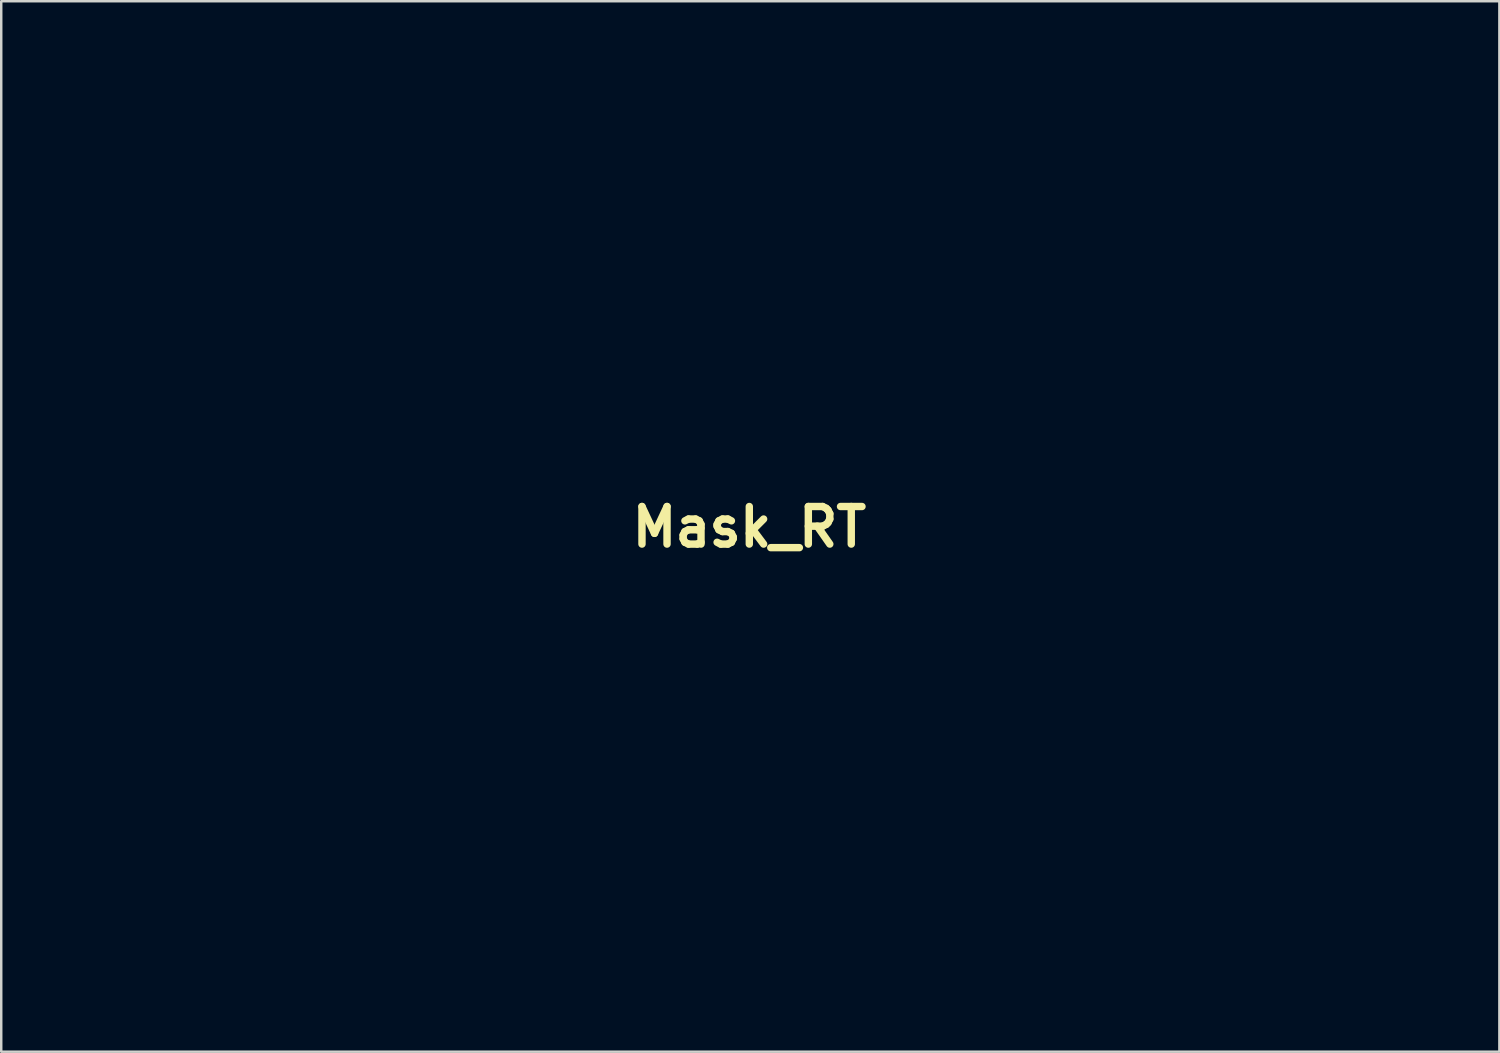
<source format=kicad_pcb>
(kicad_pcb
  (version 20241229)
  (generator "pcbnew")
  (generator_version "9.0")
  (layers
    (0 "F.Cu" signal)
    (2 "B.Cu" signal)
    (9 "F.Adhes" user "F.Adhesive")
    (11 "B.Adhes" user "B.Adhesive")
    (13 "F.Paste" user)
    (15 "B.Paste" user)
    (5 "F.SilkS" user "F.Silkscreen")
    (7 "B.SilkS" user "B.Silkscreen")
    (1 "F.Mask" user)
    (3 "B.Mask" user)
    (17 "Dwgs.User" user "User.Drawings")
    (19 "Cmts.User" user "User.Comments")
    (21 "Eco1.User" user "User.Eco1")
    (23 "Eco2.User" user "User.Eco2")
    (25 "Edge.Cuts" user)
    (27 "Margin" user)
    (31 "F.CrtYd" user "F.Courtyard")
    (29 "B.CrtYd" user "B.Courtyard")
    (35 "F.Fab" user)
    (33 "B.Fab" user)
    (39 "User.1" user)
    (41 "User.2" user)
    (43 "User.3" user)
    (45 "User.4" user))
  (footprint "Mask_RT"
    (layer "F.Cu")
    (at 27.351 18.335)
    (property "Reference" "Mask_RT" (at 0 0 0) (layer "F.SilkS") (effects (font (size 1.524 1.524) (thickness 0.3))))
    (attr through_hole)
    (fp_poly (pts (xy -9.009 -18.33) (xy -8.3 -18.33) (xy -7.666 -18.33) (xy -7.105 -18.329) (xy -6.611 -18.329) (xy -6.181 -18.328) (xy -5.809 -18.326) (xy -5.492 -18.324) (xy -5.226 -18.321) (xy -5.006 -18.318) (xy -4.828 -18.315) (xy -4.687 -18.31) (xy -4.58 -18.305) (xy -4.502 -18.299) (xy -4.449 -18.292) (xy -4.416 -18.283) (xy -4.4 -18.274) (xy -4.395 -18.264) (xy -4.399 -18.253) (xy -4.4 -18.25) (xy -4.416 -18.184) (xy -4.385 -18.105) (xy -4.317 -18.012) (xy -4.242 -17.908) (xy -4.197 -17.825) (xy -4.191 -17.802) (xy -4.199 -17.744) (xy -4.221 -17.62) (xy -4.255 -17.444) (xy -4.296 -17.233) (xy -4.318 -17.124) (xy -4.362 -16.905) (xy -4.4 -16.717) (xy -4.428 -16.576) (xy -4.443 -16.495) (xy -4.445 -16.482) (xy -4.407 -16.474) (xy -4.311 -16.468) (xy -4.249 -16.468) (xy -4.052 -16.468) (xy -4.081 -16.227) (xy -4.145 -15.959) (xy -4.272 -15.741) (xy -4.379 -15.631) (xy -4.442 -15.563) (xy -4.475 -15.483) (xy -4.486 -15.359) (xy -4.487 -15.293) (xy -4.481 -15.15) (xy -4.466 -15.039) (xy -4.451 -14.995) (xy -4.407 -14.968) (xy -4.307 -14.954) (xy -4.142 -14.95) (xy -3.998 -14.953) (xy -3.578 -14.965) (xy -3.562 -15.056) (xy -2.873 -15.056) (xy -2.847 -14.952) (xy -2.796 -14.894) (xy -2.7 -14.83) (xy -2.62 -14.825) (xy -2.537 -14.86) (xy -2.468 -14.938) (xy -2.455 -15.048) (xy -2.495 -15.158) (xy -2.558 -15.221) (xy -2.671 -15.257) (xy -2.771 -15.228) (xy -2.843 -15.154) (xy -2.873 -15.056) (xy -3.562 -15.056) (xy -3.552 -15.113) (xy -3.468 -15.387) (xy -3.326 -15.616) (xy -3.137 -15.789) (xy -3.011 -15.857) (xy -2.846 -15.9) (xy -2.651 -15.909) (xy -2.45 -15.889) (xy -2.266 -15.844) (xy -2.124 -15.776) (xy -2.056 -15.71) (xy -1.999 -15.687) (xy -1.866 -15.672) (xy -1.664 -15.664) (xy -1.562 -15.663) (xy -1.29 -15.656) (xy -1.086 -15.636) (xy -0.962 -15.605) (xy -0.894 -15.559) (xy -0.78 -15.464) (xy -0.633 -15.331) (xy -0.464 -15.173) (xy -0.285 -15.001) (xy -0.109 -14.827) (xy 0.051 -14.664) (xy 0.184 -14.523) (xy 0.278 -14.415) (xy 0.312 -14.368) (xy 0.332 -14.297) (xy 0.35 -14.16) (xy 0.367 -13.975) (xy 0.379 -13.762) (xy 0.381 -13.72) (xy 0.39 -13.489) (xy 0.4 -13.326) (xy 0.419 -13.217) (xy 0.453 -13.148) (xy 0.507 -13.102) (xy 0.59 -13.065) (xy 0.677 -13.033) (xy 0.799 -12.97) (xy 0.935 -12.875) (xy 0.986 -12.832) (xy 1.157 -12.628) (xy 1.253 -12.401) (xy 1.276 -12.164) (xy 1.231 -11.929) (xy 1.118 -11.709) (xy 0.94 -11.516) (xy 0.706 -11.367) (xy 0.606 -11.315) (xy 0.552 -11.263) (xy 0.527 -11.184) (xy 0.517 -11.05) (xy 0.517 -11.041) (xy 0.514 -10.897) (xy 0.532 -10.8) (xy 0.586 -10.713) (xy 0.659 -10.628) (xy 0.814 -10.456) (xy 4.336 -10.456) (xy 4.747 -10.864) (xy 9.53 -10.864) (xy 9.589 -10.759) (xy 9.619 -10.734) (xy 9.732 -10.676) (xy 9.821 -10.687) (xy 9.882 -10.735) (xy 9.943 -10.847) (xy 9.931 -10.968) (xy 9.85 -11.069) (xy 9.842 -11.074) (xy 9.76 -11.119) (xy 9.694 -11.112) (xy 9.631 -11.074) (xy 9.545 -10.977) (xy 9.53 -10.864) (xy 4.747 -10.864) (xy 5.608 -11.716) (xy 6.879 -12.975) (xy 6.865 -13.257) (xy 6.87 -13.361) (xy 7.541 -13.361) (xy 7.599 -13.256) (xy 7.629 -13.232) (xy 7.707 -13.183) (xy 7.747 -13.166) (xy 7.795 -13.187) (xy 7.865 -13.232) (xy 7.944 -13.329) (xy 7.946 -13.361) (xy 9.53 -13.361) (xy 9.589 -13.256) (xy 9.619 -13.232) (xy 9.719 -13.175) (xy 9.795 -13.18) (xy 9.871 -13.236) (xy 9.94 -13.345) (xy 9.933 -13.464) (xy 9.853 -13.564) (xy 9.842 -13.572) (xy 9.76 -13.617) (xy 9.694 -13.609) (xy 9.631 -13.572) (xy 9.545 -13.475) (xy 9.53 -13.361) (xy 7.946 -13.361) (xy 7.95 -13.443) (xy 7.885 -13.547) (xy 7.853 -13.572) (xy 7.77 -13.617) (xy 7.705 -13.609) (xy 7.641 -13.572) (xy 7.555 -13.475) (xy 7.541 -13.361) (xy 6.87 -13.361) (xy 6.879 -13.54) (xy 6.959 -13.778) (xy 7.111 -13.988) (xy 7.187 -14.063) (xy 7.334 -14.173) (xy 7.49 -14.237) (xy 7.679 -14.262) (xy 7.923 -14.252) (xy 7.951 -14.249) (xy 8.234 -14.221) (xy 8.572 -14.564) (xy 8.72 -14.709) (xy 8.858 -14.835) (xy 8.968 -14.928) (xy 9.025 -14.968) (xy 9.049 -14.976) (xy 9.093 -14.983) (xy 9.159 -14.989) (xy 9.252 -14.995) (xy 9.375 -15) (xy 9.533 -15.005) (xy 9.727 -15.009) (xy 9.962 -15.012) (xy 10.242 -15.016) (xy 10.57 -15.018) (xy 10.949 -15.021) (xy 11.384 -15.023) (xy 11.877 -15.024) (xy 12.433 -15.026) (xy 13.054 -15.027) (xy 13.744 -15.027) (xy 14.508 -15.028) (xy 15.348 -15.028) (xy 16.268 -15.028) (xy 16.563 -15.028) (xy 17.54 -15.028) (xy 18.435 -15.029) (xy 19.251 -15.03) (xy 19.992 -15.031) (xy 20.659 -15.032) (xy 21.257 -15.033) (xy 21.787 -15.036) (xy 22.253 -15.038) (xy 22.658 -15.041) (xy 23.004 -15.044) (xy 23.295 -15.048) (xy 23.533 -15.052) (xy 23.721 -15.056) (xy 23.863 -15.062) (xy 23.961 -15.067) (xy 24.018 -15.074) (xy 24.037 -15.079) (xy 24.077 -15.165) (xy 24.085 -15.283) (xy 24.06 -15.385) (xy 24.055 -15.393) (xy 23.998 -15.426) (xy 23.887 -15.458) (xy 23.817 -15.47) (xy 23.631 -15.51) (xy 23.503 -15.573) (xy 23.403 -15.676) (xy 23.362 -15.737) (xy 23.264 -15.845) (xy 23.155 -15.869) (xy 23.033 -15.81) (xy 22.989 -15.772) (xy 22.795 -15.639) (xy 22.548 -15.548) (xy 22.27 -15.5) (xy 21.986 -15.5) (xy 21.717 -15.55) (xy 21.619 -15.585) (xy 21.452 -15.677) (xy 21.264 -15.817) (xy 21.138 -15.93) (xy 20.992 -16.064) (xy 20.888 -16.139) (xy 20.814 -16.163) (xy 20.793 -16.161) (xy 20.704 -16.174) (xy 20.594 -16.258) (xy 20.57 -16.281) (xy 20.488 -16.372) (xy 20.456 -16.441) (xy 20.464 -16.524) (xy 20.482 -16.588) (xy 20.529 -16.847) (xy 20.513 -16.982) (xy 21.243 -16.982) (xy 21.246 -16.732) (xy 21.307 -16.491) (xy 21.428 -16.277) (xy 21.512 -16.184) (xy 21.707 -16.056) (xy 21.945 -15.98) (xy 22.201 -15.962) (xy 22.45 -16.004) (xy 22.545 -16.04) (xy 22.754 -16.179) (xy 22.919 -16.377) (xy 23.028 -16.616) (xy 23.071 -16.878) (xy 23.072 -16.899) (xy 23.071 -16.905) (xy 24.228 -16.905) (xy 24.236 -16.746) (xy 24.304 -16.597) (xy 24.434 -16.477) (xy 24.475 -16.455) (xy 24.601 -16.401) (xy 24.7 -16.389) (xy 24.813 -16.42) (xy 24.869 -16.443) (xy 25.022 -16.544) (xy 25.112 -16.682) (xy 25.145 -16.839) (xy 25.123 -16.997) (xy 25.05 -17.14) (xy 24.93 -17.25) (xy 24.765 -17.308) (xy 24.694 -17.313) (xy 24.511 -17.28) (xy 24.37 -17.19) (xy 24.274 -17.059) (xy 24.228 -16.905) (xy 23.071 -16.905) (xy 23.039 -17.079) (xy 22.953 -17.277) (xy 22.83 -17.463) (xy 22.686 -17.609) (xy 22.66 -17.628) (xy 22.435 -17.735) (xy 22.18 -17.776) (xy 21.918 -17.75) (xy 21.671 -17.658) (xy 21.58 -17.602) (xy 21.411 -17.435) (xy 21.299 -17.223) (xy 21.243 -16.982) (xy 20.513 -16.982) (xy 20.502 -17.085) (xy 20.484 -17.142) (xy 20.46 -17.23) (xy 20.473 -17.298) (xy 20.532 -17.376) (xy 20.577 -17.423) (xy 20.679 -17.51) (xy 20.774 -17.562) (xy 20.806 -17.568) (xy 20.877 -17.598) (xy 20.983 -17.677) (xy 21.106 -17.786) (xy 21.229 -17.908) (xy 21.334 -18.027) (xy 21.403 -18.124) (xy 21.421 -18.173) (xy 21.425 -18.19) (xy 21.444 -18.205) (xy 21.484 -18.216) (xy 21.553 -18.226) (xy 21.657 -18.233) (xy 21.806 -18.238) (xy 22.004 -18.241) (xy 22.261 -18.244) (xy 22.583 -18.245) (xy 22.978 -18.245) (xy 23.273 -18.245) (xy 23.762 -18.244) (xy 24.175 -18.242) (xy 24.52 -18.238) (xy 24.804 -18.232) (xy 25.035 -18.223) (xy 25.222 -18.213) (xy 25.373 -18.199) (xy 25.495 -18.183) (xy 25.506 -18.182) (xy 25.677 -18.154) (xy 25.814 -18.133) (xy 25.898 -18.12) (xy 25.914 -18.119) (xy 25.947 -18.084) (xy 25.997 -17.999) (xy 26.009 -17.975) (xy 26.033 -17.88) (xy 26.053 -17.717) (xy 26.068 -17.501) (xy 26.078 -17.248) (xy 26.083 -16.974) (xy 26.084 -16.694) (xy 26.079 -16.423) (xy 26.07 -16.178) (xy 26.056 -15.972) (xy 26.036 -15.823) (xy 26.016 -15.752) (xy 25.903 -15.608) (xy 25.732 -15.511) (xy 25.542 -15.463) (xy 25.337 -15.429) (xy 25.337 -9.336) (xy 25.548 -9.293) (xy 25.704 -9.258) (xy 25.826 -9.215) (xy 25.919 -9.157) (xy 25.985 -9.071) (xy 26.03 -8.948) (xy 26.057 -8.778) (xy 26.071 -8.551) (xy 26.077 -8.256) (xy 26.077 -8.012) (xy 26.077 -7.13) (xy 26.301 -6.909) (xy 26.426 -6.797) (xy 26.537 -6.719) (xy 26.612 -6.689) (xy 26.613 -6.689) (xy 26.709 -6.673) (xy 26.835 -6.633) (xy 26.866 -6.621) (xy 27.092 -6.487) (xy 27.266 -6.3) (xy 27.379 -6.077) (xy 27.427 -5.833) (xy 27.403 -5.584) (xy 27.352 -5.44) (xy 27.206 -5.215) (xy 27.012 -5.05) (xy 26.787 -4.95) (xy 26.544 -4.915) (xy 26.298 -4.95) (xy 26.064 -5.058) (xy 25.935 -5.158) (xy 25.833 -5.282) (xy 25.741 -5.443) (xy 25.676 -5.607) (xy 25.654 -5.73) (xy 25.632 -5.784) (xy 26.331 -5.784) (xy 26.365 -5.664) (xy 26.461 -5.599) (xy 26.543 -5.588) (xy 26.646 -5.606) (xy 26.704 -5.639) (xy 26.75 -5.733) (xy 26.748 -5.847) (xy 26.704 -5.942) (xy 26.673 -5.968) (xy 26.538 -6.003) (xy 26.423 -5.97) (xy 26.349 -5.878) (xy 26.331 -5.784) (xy 25.632 -5.784) (xy 25.621 -5.81) (xy 25.525 -5.936) (xy 25.37 -6.103) (xy 25.326 -6.147) (xy 24.998 -6.471) (xy 24.342 -6.485) (xy 24.048 -6.494) (xy 23.826 -6.51) (xy 23.662 -6.538) (xy 23.543 -6.58) (xy 23.454 -6.642) (xy 23.383 -6.727) (xy 23.35 -6.779) (xy 23.258 -6.877) (xy 23.146 -6.893) (xy 23.019 -6.827) (xy 22.989 -6.802) (xy 22.796 -6.672) (xy 22.548 -6.577) (xy 22.272 -6.526) (xy 22.134 -6.519) (xy 21.802 -6.561) (xy 21.49 -6.683) (xy 21.204 -6.884) (xy 21.105 -6.98) (xy 20.981 -7.095) (xy 20.873 -7.172) (xy 20.806 -7.197) (xy 20.725 -7.226) (xy 20.622 -7.299) (xy 20.577 -7.342) (xy 20.493 -7.435) (xy 20.461 -7.503) (xy 20.469 -7.578) (xy 20.484 -7.623) (xy 20.529 -7.859) (xy 20.512 -8.003) (xy 21.231 -8.003) (xy 21.24 -7.754) (xy 21.32 -7.505) (xy 21.394 -7.376) (xy 21.574 -7.182) (xy 21.798 -7.051) (xy 22.05 -6.987) (xy 22.314 -6.994) (xy 22.545 -7.065) (xy 22.762 -7.207) (xy 22.925 -7.404) (xy 23.028 -7.641) (xy 23.063 -7.901) (xy 23.05 -7.991) (xy 24.232 -7.991) (xy 24.236 -7.818) (xy 24.3 -7.651) (xy 24.37 -7.561) (xy 24.467 -7.486) (xy 24.583 -7.455) (xy 24.676 -7.452) (xy 24.844 -7.472) (xy 24.961 -7.526) (xy 25.089 -7.671) (xy 25.145 -7.828) (xy 25.139 -7.984) (xy 25.08 -8.128) (xy 24.978 -8.246) (xy 24.842 -8.326) (xy 24.682 -8.356) (xy 24.507 -8.323) (xy 24.399 -8.267) (xy 24.287 -8.149) (xy 24.232 -7.991) (xy 23.05 -7.991) (xy 23.025 -8.169) (xy 23.023 -8.176) (xy 22.91 -8.415) (xy 22.736 -8.602) (xy 22.512 -8.731) (xy 22.248 -8.795) (xy 22.057 -8.797) (xy 21.796 -8.741) (xy 21.577 -8.621) (xy 21.406 -8.449) (xy 21.289 -8.239) (xy 21.231 -8.003) (xy 20.512 -8.003) (xy 20.5 -8.111) (xy 20.482 -8.177) (xy 20.456 -8.282) (xy 20.465 -8.354) (xy 20.518 -8.429) (xy 20.57 -8.484) (xy 20.686 -8.582) (xy 20.778 -8.607) (xy 20.793 -8.604) (xy 20.858 -8.611) (xy 20.949 -8.667) (xy 21.079 -8.778) (xy 21.138 -8.835) (xy 21.323 -8.996) (xy 21.508 -9.123) (xy 21.619 -9.18) (xy 21.875 -9.251) (xy 22.156 -9.271) (xy 22.439 -9.242) (xy 22.701 -9.167) (xy 22.92 -9.051) (xy 22.989 -8.993) (xy 23.116 -8.906) (xy 23.229 -8.902) (xy 23.331 -8.982) (xy 23.362 -9.028) (xy 23.458 -9.153) (xy 23.57 -9.232) (xy 23.728 -9.279) (xy 23.817 -9.295) (xy 23.944 -9.321) (xy 24.033 -9.355) (xy 24.055 -9.372) (xy 24.061 -9.423) (xy 24.067 -9.548) (xy 24.072 -9.738) (xy 24.076 -9.984) (xy 24.08 -10.275) (xy 24.082 -10.602) (xy 24.085 -10.954) (xy 24.086 -11.322) (xy 24.087 -11.696) (xy 24.086 -12.067) (xy 24.086 -12.424) (xy 24.084 -12.757) (xy 24.081 -13.057) (xy 24.078 -13.315) (xy 24.074 -13.519) (xy 24.069 -13.661) (xy 24.063 -13.73) (xy 24.062 -13.734) (xy 24.053 -13.743) (xy 24.031 -13.751) (xy 23.991 -13.758) (xy 23.93 -13.765) (xy 23.845 -13.771) (xy 23.73 -13.776) (xy 23.583 -13.78) (xy 23.399 -13.784) (xy 23.174 -13.788) (xy 22.905 -13.791) (xy 22.588 -13.793) (xy 22.218 -13.795) (xy 21.793 -13.797) (xy 21.308 -13.798) (xy 20.759 -13.799) (xy 20.142 -13.8) (xy 19.453 -13.8) (xy 18.69 -13.801) (xy 17.846 -13.801) (xy 17.505 -13.801) (xy 16.631 -13.801) (xy 15.837 -13.8) (xy 15.121 -13.8) (xy 14.477 -13.799) (xy 13.903 -13.799) (xy 13.394 -13.797) (xy 12.946 -13.796) (xy 12.556 -13.794) (xy 12.219 -13.792) (xy 11.932 -13.789) (xy 11.691 -13.786) (xy 11.492 -13.782) (xy 11.332 -13.778) (xy 11.205 -13.773) (xy 11.109 -13.767) (xy 11.039 -13.761) (xy 10.992 -13.754) (xy 10.963 -13.746) (xy 10.95 -13.737) (xy 10.948 -13.734) (xy 10.943 -13.68) (xy 10.938 -13.549) (xy 10.934 -13.35) (xy 10.931 -13.089) (xy 10.928 -12.775) (xy 10.925 -12.415) (xy 10.923 -12.017) (xy 10.922 -11.589) (xy 10.922 -11.265) (xy 10.922 -8.863) (xy 10.774 -8.69) (xy 10.671 -8.546) (xy 10.629 -8.418) (xy 10.626 -8.368) (xy 10.598 -8.19) (xy 10.526 -7.998) (xy 10.427 -7.829) (xy 10.366 -7.76) (xy 10.226 -7.66) (xy 10.05 -7.572) (xy 9.872 -7.512) (xy 9.751 -7.494) (xy 9.527 -7.532) (xy 9.313 -7.639) (xy 9.122 -7.799) (xy 8.971 -7.997) (xy 8.875 -8.216) (xy 8.853 -8.369) (xy 9.529 -8.369) (xy 9.593 -8.251) (xy 9.595 -8.248) (xy 9.693 -8.179) (xy 9.805 -8.186) (xy 9.866 -8.214) (xy 9.928 -8.289) (xy 9.948 -8.4) (xy 9.923 -8.507) (xy 9.898 -8.543) (xy 9.818 -8.582) (xy 9.737 -8.594) (xy 9.61 -8.562) (xy 9.538 -8.48) (xy 9.529 -8.369) (xy 8.853 -8.369) (xy 8.848 -8.403) (xy 8.884 -8.624) (xy 8.984 -8.836) (xy 9.133 -9.022) (xy 9.315 -9.167) (xy 9.516 -9.253) (xy 9.652 -9.271) (xy 9.756 -9.287) (xy 9.82 -9.345) (xy 9.852 -9.457) (xy 9.857 -9.635) (xy 9.855 -9.679) (xy 9.842 -9.968) (xy 9.694 -9.994) (xy 9.422 -10.076) (xy 9.195 -10.217) (xy 9.125 -10.282) (xy 9.001 -10.414) (xy 7.979 -10.414) (xy 6.794 -9.224) (xy 6.527 -8.957) (xy 6.273 -8.705) (xy 6.038 -8.475) (xy 5.832 -8.274) (xy 5.661 -8.109) (xy 5.532 -7.989) (xy 5.454 -7.92) (xy 5.444 -7.912) (xy 5.279 -7.789) (xy -3.765 -7.789) (xy -3.826 -7.673) (xy -3.956 -7.491) (xy -4.13 -7.34) (xy -4.328 -7.228) (xy -4.534 -7.164) (xy -4.728 -7.155) (xy -4.871 -7.198) (xy -4.972 -7.216) (xy -5.065 -7.181) (xy -5.119 -7.107) (xy -5.122 -7.081) (xy -5.094 -7.026) (xy -5.015 -6.926) (xy -4.899 -6.794) (xy -4.755 -6.644) (xy -4.728 -6.617) (xy -4.334 -6.223) (xy 9.014 -6.223) (xy 9.153 -6.345) (xy 9.341 -6.476) (xy 9.547 -6.567) (xy 9.74 -6.603) (xy 9.752 -6.604) (xy 9.909 -6.576) (xy 10.092 -6.505) (xy 10.267 -6.406) (xy 10.402 -6.296) (xy 10.417 -6.279) (xy 10.523 -6.106) (xy 10.609 -5.86) (xy 10.646 -5.704) (xy 10.67 -5.588) (xy 17.135 -5.585) (xy 17.869 -5.584) (xy 18.581 -5.584) (xy 19.266 -5.582) (xy 19.919 -5.581) (xy 20.535 -5.579) (xy 21.11 -5.577) (xy 21.64 -5.574) (xy 22.119 -5.572) (xy 22.542 -5.569) (xy 22.906 -5.566) (xy 23.206 -5.563) (xy 23.437 -5.559) (xy 23.593 -5.556) (xy 23.672 -5.552) (xy 23.68 -5.551) (xy 23.729 -5.514) (xy 23.83 -5.424) (xy 23.973 -5.291) (xy 24.149 -5.122) (xy 24.351 -4.925) (xy 24.568 -4.709) (xy 24.569 -4.707) (xy 24.813 -4.464) (xy 25.004 -4.275) (xy 25.153 -4.133) (xy 25.265 -4.031) (xy 25.35 -3.963) (xy 25.415 -3.922) (xy 25.468 -3.902) (xy 25.517 -3.895) (xy 25.533 -3.895) (xy 25.763 -3.856) (xy 25.988 -3.752) (xy 26.184 -3.597) (xy 26.328 -3.407) (xy 26.356 -3.35) (xy 26.404 -3.153) (xy 26.41 -2.924) (xy 26.372 -2.703) (xy 26.336 -2.603) (xy 26.219 -2.409) (xy 26.065 -2.27) (xy 25.863 -2.179) (xy 25.598 -2.127) (xy 25.527 -2.12) (xy 25.252 -2.095) (xy 25.228 -1.778) (xy 25.186 -1.48) (xy 25.104 -1.248) (xy 24.976 -1.071) (xy 24.793 -0.936) (xy 24.687 -0.884) (xy 24.432 -0.813) (xy 24.179 -0.826) (xy 23.998 -0.886) (xy 23.774 -1.021) (xy 23.612 -1.202) (xy 23.507 -1.438) (xy 23.463 -1.69) (xy 24.133 -1.69) (xy 24.169 -1.58) (xy 24.197 -1.548) (xy 24.302 -1.487) (xy 24.427 -1.504) (xy 24.471 -1.525) (xy 24.533 -1.6) (xy 24.553 -1.711) (xy 24.528 -1.819) (xy 24.503 -1.854) (xy 24.409 -1.9) (xy 24.294 -1.899) (xy 24.199 -1.855) (xy 24.174 -1.823) (xy 24.133 -1.69) (xy 23.463 -1.69) (xy 23.455 -1.736) (xy 23.431 -2.011) (xy 23.093 -2.034) (xy 22.921 -2.05) (xy 22.774 -2.07) (xy 22.68 -2.09) (xy 22.669 -2.093) (xy 22.503 -2.202) (xy 22.351 -2.37) (xy 22.23 -2.573) (xy 22.156 -2.784) (xy 22.14 -2.917) (xy 22.138 -2.942) (xy 22.829 -2.942) (xy 22.836 -2.84) (xy 22.902 -2.752) (xy 23.006 -2.678) (xy 23.105 -2.682) (xy 23.175 -2.723) (xy 23.229 -2.803) (xy 23.251 -2.914) (xy 23.237 -3.011) (xy 25.323 -3.011) (xy 25.334 -2.922) (xy 25.382 -2.861) (xy 25.494 -2.799) (xy 25.615 -2.811) (xy 25.716 -2.892) (xy 25.721 -2.9) (xy 25.766 -2.983) (xy 25.759 -3.048) (xy 25.721 -3.111) (xy 25.625 -3.198) (xy 25.511 -3.212) (xy 25.406 -3.153) (xy 25.381 -3.123) (xy 25.323 -3.011) (xy 23.237 -3.011) (xy 23.236 -3.014) (xy 23.215 -3.046) (xy 23.096 -3.108) (xy 22.973 -3.097) (xy 22.904 -3.05) (xy 22.829 -2.942) (xy 22.138 -2.942) (xy 22.135 -2.986) (xy 22.111 -3.053) (xy 22.06 -3.131) (xy 21.972 -3.233) (xy 21.837 -3.372) (xy 21.748 -3.462) (xy 21.356 -3.852) (xy 12.035 -3.852) (xy 10.856 -3.852) (xy 9.761 -3.853) (xy 8.748 -3.854) (xy 7.817 -3.855) (xy 6.966 -3.857) (xy 6.194 -3.858) (xy 5.501 -3.861) (xy 4.884 -3.863) (xy 4.343 -3.866) (xy 3.878 -3.87) (xy 3.486 -3.873) (xy 3.166 -3.878) (xy 2.918 -3.882) (xy 2.741 -3.887) (xy 2.634 -3.892) (xy 2.596 -3.897) (xy 2.497 -3.952) (xy 2.376 -4.045) (xy 2.305 -4.11) (xy 2.133 -4.277) (xy 1.061 -4.266) (xy 0.728 -4.262) (xy 0.47 -4.257) (xy 0.277 -4.251) (xy 0.139 -4.243) (xy 0.046 -4.232) (xy -0.012 -4.217) (xy -0.045 -4.198) (xy -0.057 -4.183) (xy -0.07 -4.131) (xy -0.057 -4.045) (xy -0.015 -3.912) (xy 0.059 -3.718) (xy 0.077 -3.675) (xy 0.158 -3.47) (xy 0.21 -3.314) (xy 0.239 -3.181) (xy 0.252 -3.043) (xy 0.254 -2.896) (xy 0.25 -2.727) (xy 0.234 -2.586) (xy 0.2 -2.446) (xy 0.14 -2.278) (xy 0.083 -2.134) (xy -0.006 -1.926) (xy -0.087 -1.771) (xy -0.178 -1.639) (xy -0.297 -1.504) (xy -0.369 -1.43) (xy -0.521 -1.285) (xy -0.656 -1.178) (xy -0.805 -1.089) (xy -0.997 -1) (xy -1.056 -0.975) (xy -1.249 -0.896) (xy -1.396 -0.846) (xy -1.527 -0.818) (xy -1.672 -0.807) (xy -1.852 -0.804) (xy -2.052 -0.808) (xy -2.205 -0.823) (xy -2.348 -0.857) (xy -2.514 -0.916) (xy -2.614 -0.956) (xy -2.8 -1.038) (xy -2.946 -1.118) (xy -3.081 -1.217) (xy -3.231 -1.352) (xy -3.312 -1.43) (xy -3.467 -1.589) (xy -3.577 -1.718) (xy -3.66 -1.844) (xy -3.733 -1.992) (xy -3.788 -2.126) (xy -3.861 -2.317) (xy -3.905 -2.469) (xy -3.928 -2.615) (xy -3.936 -2.793) (xy -3.937 -2.901) (xy -3.934 -3.106) (xy -3.919 -3.263) (xy -3.886 -3.406) (xy -3.828 -3.571) (xy -3.789 -3.671) (xy -3.703 -3.896) (xy -3.656 -4.057) (xy -3.647 -4.164) (xy -3.672 -4.228) (xy -3.708 -4.25) (xy -3.794 -4.266) (xy -3.935 -4.275) (xy -4.108 -4.277) (xy -4.291 -4.274) (xy -4.462 -4.264) (xy -4.6 -4.25) (xy -4.681 -4.231) (xy -4.691 -4.225) (xy -4.709 -4.177) (xy -4.723 -4.07) (xy -4.733 -3.898) (xy -4.739 -3.656) (xy -4.741 -3.336) (xy -4.741 -3.249) (xy -4.742 -2.925) (xy -4.746 -2.674) (xy -4.755 -2.482) (xy -4.772 -2.338) (xy -4.801 -2.228) (xy -4.842 -2.141) (xy -4.9 -2.064) (xy -4.976 -1.985) (xy -5.013 -1.95) (xy -5.112 -1.838) (xy -5.157 -1.735) (xy -5.165 -1.646) (xy -5.182 -1.506) (xy -5.227 -1.349) (xy -5.244 -1.305) (xy -5.383 -1.078) (xy -5.567 -0.912) (xy -5.78 -0.808) (xy -6.01 -0.766) (xy -6.243 -0.785) (xy -6.464 -0.866) (xy -6.66 -1.009) (xy -6.817 -1.213) (xy -6.863 -1.305) (xy -6.93 -1.555) (xy -6.927 -1.631) (xy -6.266 -1.631) (xy -6.238 -1.522) (xy -6.213 -1.488) (xy -6.124 -1.451) (xy -6.008 -1.454) (xy -5.906 -1.494) (xy -5.872 -1.528) (xy -5.84 -1.643) (xy -5.873 -1.747) (xy -5.955 -1.822) (xy -6.066 -1.851) (xy -6.177 -1.822) (xy -6.244 -1.744) (xy -6.266 -1.631) (xy -6.927 -1.631) (xy -6.921 -1.802) (xy -6.845 -2.033) (xy -6.712 -2.236) (xy -6.528 -2.396) (xy -6.304 -2.502) (xy -6.05 -2.54) (xy -5.921 -2.556) (xy -5.85 -2.611) (xy -5.843 -2.622) (xy -5.828 -2.693) (xy -5.815 -2.836) (xy -5.806 -3.038) (xy -5.801 -3.286) (xy -5.8 -3.463) (xy -5.8 -3.736) (xy -5.803 -3.938) (xy -5.81 -4.082) (xy -5.821 -4.182) (xy -5.838 -4.25) (xy -5.863 -4.3) (xy -5.887 -4.333) (xy -5.993 -4.425) (xy -6.098 -4.437) (xy -6.185 -4.376) (xy -6.265 -4.313) (xy -6.392 -4.245) (xy -6.532 -4.186) (xy -6.65 -4.152) (xy -6.681 -4.149) (xy -6.722 -4.119) (xy -6.818 -4.035) (xy -6.963 -3.901) (xy -7.152 -3.722) (xy -7.379 -3.504) (xy -7.64 -3.25) (xy -7.928 -2.967) (xy -8.24 -2.66) (xy -8.569 -2.333) (xy -8.637 -2.265) (xy -9.045 -1.858) (xy -9.398 -1.508) (xy -9.699 -1.213) (xy -9.95 -0.968) (xy -10.157 -0.77) (xy -10.322 -0.617) (xy -10.448 -0.504) (xy -10.539 -0.429) (xy -10.6 -0.388) (xy -10.628 -0.378) (xy -10.705 -0.378) (xy -10.85 -0.378) (xy -11.044 -0.378) (xy -11.27 -0.38) (xy -11.391 -0.381) (xy -11.628 -0.381) (xy -11.843 -0.377) (xy -12.017 -0.371) (xy -12.133 -0.363) (xy -12.164 -0.358) (xy -12.253 -0.304) (xy -12.275 -0.202) (xy -12.231 -0.05) (xy -12.209 -0.004) (xy -12.167 0.096) (xy -12.151 0.189) (xy -12.167 0.286) (xy -12.22 0.396) (xy -12.315 0.528) (xy -12.458 0.694) (xy -12.654 0.901) (xy -12.795 1.045) (xy -13.048 1.297) (xy -13.253 1.49) (xy -13.42 1.631) (xy -13.557 1.724) (xy -13.673 1.777) (xy -13.776 1.794) (xy -13.874 1.781) (xy -13.885 1.778) (xy -13.997 1.725) (xy -14.128 1.632) (xy -14.206 1.563) (xy -14.335 1.452) (xy -14.435 1.405) (xy -14.483 1.404) (xy -14.527 1.414) (xy -14.556 1.437) (xy -14.574 1.491) (xy -14.585 1.589) (xy -14.592 1.745) (xy -14.596 1.899) (xy -14.608 2.38) (xy -13.928 3.088) (xy -13.928 4.35) (xy -13.928 4.724) (xy -13.931 5.023) (xy -13.935 5.254) (xy -13.942 5.427) (xy -13.951 5.55) (xy -13.964 5.632) (xy -13.98 5.682) (xy -13.988 5.695) (xy -14.024 5.733) (xy -14.117 5.828) (xy -14.263 5.977) (xy -14.461 6.176) (xy -14.706 6.423) (xy -14.996 6.715) (xy -15.327 7.048) (xy -15.697 7.419) (xy -16.103 7.825) (xy -16.541 8.264) (xy -17.008 8.732) (xy -17.502 9.226) (xy -18.019 9.744) (xy -18.556 10.281) (xy -19.111 10.835) (xy -19.388 11.113) (xy -24.728 16.447) (xy -24.702 16.785) (xy -24.694 16.996) (xy -24.702 17.195) (xy -24.72 17.326) (xy -24.813 17.576) (xy -24.968 17.822) (xy -25.166 18.035) (xy -25.297 18.136) (xy -25.4 18.201) (xy -25.491 18.246) (xy -25.587 18.272) (xy -25.704 18.279) (xy -25.858 18.271) (xy -26.067 18.247) (xy -26.283 18.218) (xy -26.538 18.176) (xy -26.729 18.12) (xy -26.877 18.04) (xy -27.001 17.924) (xy -27.121 17.76) (xy -27.139 17.732) (xy -27.282 17.437) (xy -27.346 17.128) (xy -27.339 16.961) (xy -26.534 16.961) (xy -26.524 17.121) (xy -26.446 17.276) (xy -26.299 17.433) (xy -26.124 17.514) (xy -25.936 17.516) (xy -25.746 17.437) (xy -25.734 17.429) (xy -25.596 17.29) (xy -25.524 17.119) (xy -25.52 16.934) (xy -25.584 16.756) (xy -25.701 16.619) (xy -25.866 16.529) (xy -26.05 16.508) (xy -26.229 16.55) (xy -26.382 16.651) (xy -26.474 16.779) (xy -26.534 16.961) (xy -27.339 16.961) (xy -27.334 16.818) (xy -27.248 16.516) (xy -27.092 16.237) (xy -26.866 15.99) (xy -26.769 15.912) (xy -26.622 15.788) (xy -26.553 15.684) (xy -26.56 15.596) (xy -26.64 15.517) (xy -26.642 15.516) (xy -26.719 15.447) (xy -26.817 15.333) (xy -26.898 15.224) (xy -27.046 14.938) (xy -27.118 14.635) (xy -27.118 14.47) (xy -26.308 14.47) (xy -26.279 14.646) (xy -26.184 14.811) (xy -26.098 14.894) (xy -25.929 14.978) (xy -25.743 14.986) (xy -25.56 14.922) (xy -25.46 14.848) (xy -25.329 14.683) (xy -25.28 14.505) (xy -25.312 14.324) (xy -25.366 14.225) (xy -25.502 14.072) (xy -25.658 13.994) (xy -25.852 13.984) (xy -25.858 13.985) (xy -26.046 14.039) (xy -26.187 14.149) (xy -26.276 14.299) (xy -26.308 14.47) (xy -27.118 14.47) (xy -27.118 14.327) (xy -27.048 14.028) (xy -26.91 13.752) (xy -26.708 13.511) (xy -26.506 13.355) (xy -26.374 13.279) (xy -26.264 13.226) (xy -26.237 13.218) (xy -23.785 13.218) (xy -23.773 13.279) (xy -23.73 13.332) (xy -23.617 13.408) (xy -23.499 13.407) (xy -23.397 13.33) (xy -23.385 13.314) (xy -23.341 13.232) (xy -23.347 13.167) (xy -23.387 13.1) (xy -23.482 13.016) (xy -23.593 13.006) (xy -23.698 13.067) (xy -23.746 13.131) (xy -23.785 13.218) (xy -26.237 13.218) (xy -26.204 13.208) (xy -26.119 13.187) (xy -26.096 13.172) (xy -26.042 13.143) (xy -25.926 13.093) (xy -25.768 13.03) (xy -25.633 12.978) (xy -25.404 12.892) (xy -25.235 12.825) (xy -25.103 12.764) (xy -24.988 12.699) (xy -24.87 12.617) (xy -24.808 12.569) (xy -23.066 12.569) (xy -23.019 12.651) (xy -22.931 12.689) (xy -22.814 12.685) (xy -22.712 12.645) (xy -22.678 12.611) (xy -22.651 12.501) (xy -22.684 12.388) (xy -22.764 12.307) (xy -22.799 12.293) (xy -22.915 12.299) (xy -23.008 12.363) (xy -23.063 12.46) (xy -23.066 12.569) (xy -24.808 12.569) (xy -24.728 12.508) (xy -24.617 12.42) (xy -24.456 12.296) (xy -24.31 12.191) (xy -24.197 12.118) (xy -24.141 12.089) (xy -24.067 12.053) (xy -24.045 12.025) (xy -24.017 11.98) (xy -23.941 11.894) (xy -23.834 11.781) (xy -23.711 11.656) (xy -23.586 11.535) (xy -23.476 11.433) (xy -23.396 11.365) (xy -23.363 11.345) (xy -23.338 11.308) (xy -23.327 11.222) (xy -22.649 11.222) (xy -22.598 11.326) (xy -22.554 11.364) (xy -22.442 11.422) (xy -22.353 11.411) (xy -22.292 11.363) (xy -22.235 11.26) (xy -22.233 11.141) (xy -22.276 11.057) (xy -22.355 11.018) (xy -22.437 11.007) (xy -22.56 11.039) (xy -22.633 11.119) (xy -22.649 11.222) (xy -23.327 11.222) (xy -23.326 11.217) (xy -23.326 11.202) (xy -23.286 10.965) (xy -23.173 10.739) (xy -23.001 10.543) (xy -22.802 10.407) (xy -22.668 10.358) (xy -22.503 10.34) (xy -22.29 10.351) (xy -22.014 10.392) (xy -22.013 10.392) (xy -21.865 10.419) (xy -19.018 7.569) (xy -16.171 4.719) (xy -16.171 4.059) (xy -16.573 3.639) (xy -16.974 3.22) (xy -16.985 1.434) (xy -16.987 0.967) (xy -16.987 0.556) (xy -16.984 0.206) (xy -16.983 0.153) (xy -14.285 0.153) (xy -14.271 0.319) (xy -14.2 0.472) (xy -14.07 0.596) (xy -13.951 0.653) (xy -13.74 0.689) (xy -13.552 0.643) (xy -13.422 0.553) (xy -13.309 0.398) (xy -13.265 0.226) (xy -13.282 0.053) (xy -13.353 -0.105) (xy -13.471 -0.231) (xy -13.628 -0.309) (xy -13.817 -0.323) (xy -13.818 -0.323) (xy -14.009 -0.265) (xy -14.152 -0.156) (xy -14.245 -0.011) (xy -14.285 0.153) (xy -16.983 0.153) (xy -16.979 -0.077) (xy -16.972 -0.289) (xy -16.963 -0.425) (xy -16.954 -0.474) (xy -16.915 -0.532) (xy -16.821 -0.644) (xy -16.677 -0.801) (xy -16.491 -1) (xy -16.268 -1.233) (xy -16.013 -1.494) (xy -15.732 -1.776) (xy -15.713 -1.796) (xy -15.387 -2.12) (xy -15.116 -2.388) (xy -14.894 -2.602) (xy -14.717 -2.767) (xy -14.581 -2.888) (xy -14.481 -2.968) (xy -14.413 -3.012) (xy -14.384 -3.022) (xy -14.312 -3.029) (xy -14.165 -3.034) (xy -13.957 -3.039) (xy -13.697 -3.043) (xy -13.398 -3.046) (xy -13.069 -3.048) (xy -12.874 -3.048) (xy -11.493 -3.048) (xy -9.652 -4.89) (xy -9.652 -5.013) (xy -6.959 -5.013) (xy -6.902 -4.913) (xy -6.794 -4.838) (xy -6.693 -4.844) (xy -6.604 -4.911) (xy -6.533 -5.002) (xy -6.529 -5.089) (xy -6.563 -5.167) (xy -6.637 -5.227) (xy -6.749 -5.25) (xy -6.861 -5.23) (xy -6.884 -5.217) (xy -6.953 -5.127) (xy -6.959 -5.013) (xy -9.652 -5.013) (xy -9.652 -5.694) (xy 9.525 -5.694) (xy 9.556 -5.606) (xy 9.628 -5.518) (xy 9.711 -5.465) (xy 9.737 -5.461) (xy 9.785 -5.483) (xy 9.854 -5.527) (xy 9.926 -5.613) (xy 9.948 -5.693) (xy 9.919 -5.801) (xy 9.85 -5.89) (xy 9.765 -5.927) (xy 9.764 -5.927) (xy 9.663 -5.892) (xy 9.572 -5.809) (xy 9.526 -5.71) (xy 9.525 -5.694) (xy -9.652 -5.694) (xy -9.652 -5.954) (xy -9.972 -6.265) (xy -10.109 -6.402) (xy -10.226 -6.525) (xy -10.307 -6.617) (xy -10.333 -6.654) (xy -10.344 -6.717) (xy -10.353 -6.865) (xy -10.36 -7.097) (xy -10.366 -7.413) (xy -10.371 -7.811) (xy -10.373 -8.293) (xy -10.373 -8.312) (xy -6.981 -8.312) (xy -6.94 -8.212) (xy -6.854 -8.143) (xy -6.783 -8.128) (xy -6.677 -8.145) (xy -6.612 -8.179) (xy -6.586 -8.231) (xy -5.825 -8.231) (xy -5.82 -8.117) (xy -5.758 -8.025) (xy -5.663 -7.969) (xy -5.558 -7.962) (xy -5.465 -8.017) (xy -5.463 -8.02) (xy -5.455 -8.04) (xy -4.826 -8.04) (xy -4.793 -7.921) (xy -4.71 -7.851) (xy -4.601 -7.839) (xy -4.49 -7.893) (xy -4.465 -7.918) (xy -4.412 -8.027) (xy -4.429 -8.137) (xy -4.503 -8.22) (xy -4.586 -8.247) (xy -4.722 -8.233) (xy -4.803 -8.154) (xy -4.826 -8.04) (xy -5.455 -8.04) (xy -5.427 -8.117) (xy -5.436 -8.235) (xy -5.484 -8.332) (xy -5.507 -8.352) (xy -5.618 -8.379) (xy -5.731 -8.346) (xy -5.812 -8.267) (xy -5.825 -8.231) (xy -6.586 -8.231) (xy -6.561 -8.281) (xy -6.57 -8.399) (xy -6.633 -8.495) (xy -6.671 -8.518) (xy -6.798 -8.541) (xy -6.906 -8.482) (xy -6.959 -8.414) (xy -6.981 -8.312) (xy -10.373 -8.312) (xy -10.375 -8.858) (xy -10.374 -9.294) (xy -4.219 -9.294) (xy -4.211 -9.229) (xy -4.174 -9.165) (xy -4.075 -9.078) (xy -3.957 -9.068) (xy -3.845 -9.129) (xy -3.776 -9.232) (xy -3.79 -9.339) (xy -3.838 -9.405) (xy -3.947 -9.474) (xy -4.066 -9.467) (xy -4.166 -9.387) (xy -4.174 -9.377) (xy -4.219 -9.294) (xy -10.374 -9.294) (xy -10.374 -9.505) (xy -10.372 -10.231) (xy -5.751 -10.231) (xy -5.73 -10.122) (xy -5.713 -10.094) (xy -5.622 -10.04) (xy -5.507 -10.037) (xy -5.407 -10.082) (xy -5.374 -10.122) (xy -5.346 -10.243) (xy -5.38 -10.352) (xy -5.459 -10.43) (xy -5.564 -10.459) (xy -5.669 -10.427) (xy -5.728 -10.347) (xy -5.751 -10.231) (xy -10.372 -10.231) (xy -10.372 -10.235) (xy -10.372 -10.281) (xy -10.349 -10.344) (xy -10.277 -10.446) (xy -10.153 -10.591) (xy -9.972 -10.785) (xy -9.821 -10.94) (xy -9.691 -11.075) (xy -4.948 -11.075) (xy -4.889 -10.97) (xy -4.859 -10.946) (xy -4.746 -10.887) (xy -4.657 -10.898) (xy -4.596 -10.946) (xy -4.535 -11.059) (xy -4.547 -11.18) (xy -4.628 -11.28) (xy -4.636 -11.286) (xy -4.718 -11.331) (xy -4.784 -11.323) (xy -4.847 -11.286) (xy -4.933 -11.189) (xy -4.948 -11.075) (xy -9.691 -11.075) (xy -9.647 -11.121) (xy -9.495 -11.283) (xy -9.406 -11.385) (xy -7.324 -11.385) (xy -7.291 -11.265) (xy -7.208 -11.196) (xy -7.099 -11.184) (xy -6.988 -11.237) (xy -6.963 -11.262) (xy -6.91 -11.371) (xy -6.926 -11.481) (xy -7.001 -11.564) (xy -7.084 -11.592) (xy -7.219 -11.577) (xy -7.301 -11.498) (xy -7.324 -11.385) (xy -9.406 -11.385) (xy -9.376 -11.418) (xy -9.298 -11.514) (xy -9.271 -11.561) (xy -9.3 -11.605) (xy -9.381 -11.701) (xy -9.508 -11.84) (xy -9.671 -12.013) (xy -9.864 -12.211) (xy -9.905 -12.253) (xy 0.186 -12.253) (xy 0.192 -12.139) (xy 0.253 -12.047) (xy 0.348 -11.99) (xy 0.454 -11.983) (xy 0.546 -12.039) (xy 0.548 -12.041) (xy 0.584 -12.139) (xy 0.576 -12.257) (xy 0.528 -12.354) (xy 0.504 -12.374) (xy 0.393 -12.401) (xy 0.28 -12.368) (xy 0.2 -12.288) (xy 0.186 -12.253) (xy -9.905 -12.253) (xy -10.078 -12.428) (xy -10.086 -12.436) (xy -10.224 -12.573) (xy -8.678 -12.573) (xy -8.66 -12.47) (xy -8.628 -12.412) (xy -8.529 -12.366) (xy -8.41 -12.376) (xy -8.322 -12.428) (xy -8.26 -12.536) (xy -8.264 -12.554) (xy -5.573 -12.554) (xy -5.566 -12.488) (xy -5.528 -12.425) (xy -5.433 -12.338) (xy -5.355 -12.319) (xy -5.245 -12.358) (xy -5.182 -12.425) (xy -5.137 -12.508) (xy -5.144 -12.573) (xy -5.182 -12.636) (xy -5.277 -12.723) (xy -5.355 -12.742) (xy -5.466 -12.703) (xy -5.528 -12.636) (xy -5.573 -12.554) (xy -8.264 -12.554) (xy -8.283 -12.65) (xy -8.325 -12.707) (xy -8.433 -12.779) (xy -8.544 -12.779) (xy -8.633 -12.716) (xy -8.677 -12.601) (xy -8.678 -12.573) (xy -10.224 -12.573) (xy -10.507 -12.856) (xy -7.743 -12.856) (xy -7.679 -12.738) (xy -7.677 -12.735) (xy -7.569 -12.666) (xy -7.455 -12.678) (xy -7.398 -12.719) (xy -6.743 -12.719) (xy -6.683 -12.637) (xy -6.586 -12.589) (xy -6.476 -12.585) (xy -6.376 -12.637) (xy -6.374 -12.64) (xy -6.315 -12.727) (xy -6.326 -12.821) (xy -6.374 -12.902) (xy -6.471 -12.985) (xy -6.579 -12.993) (xy -6.678 -12.932) (xy -6.742 -12.821) (xy -6.743 -12.719) (xy -7.398 -12.719) (xy -7.39 -12.724) (xy -7.334 -12.828) (xy -7.331 -12.947) (xy -7.374 -13.03) (xy -7.454 -13.069) (xy -7.535 -13.081) (xy -7.662 -13.049) (xy -7.734 -12.967) (xy -7.743 -12.856) (xy -10.507 -12.856) (xy -10.902 -13.25) (xy -12.93 -13.25) (xy -13.111 -13.072) (xy -13.208 -12.969) (xy -13.274 -12.884) (xy -13.293 -12.843) (xy -13.267 -12.779) (xy -13.204 -12.687) (xy -13.186 -12.665) (xy -13.033 -12.429) (xy -12.964 -12.184) (xy -12.979 -11.933) (xy -13.036 -11.763) (xy -13.182 -11.529) (xy -13.38 -11.355) (xy -13.618 -11.249) (xy -13.852 -11.218) (xy -13.923 -11.216) (xy -13.986 -11.201) (xy -14.053 -11.166) (xy -14.136 -11.103) (xy -14.248 -11.001) (xy -14.401 -10.852) (xy -14.499 -10.755) (xy -14.965 -10.292) (xy -15.346 -10.295) (xy -15.489 -10.296) (xy -15.702 -10.298) (xy -15.969 -10.302) (xy -16.275 -10.306) (xy -16.605 -10.31) (xy -16.944 -10.314) (xy -16.972 -10.315) (xy -17.33 -10.319) (xy -17.613 -10.322) (xy -17.831 -10.322) (xy -17.993 -10.32) (xy -18.11 -10.314) (xy -18.19 -10.304) (xy -18.243 -10.29) (xy -18.28 -10.271) (xy -18.305 -10.251) (xy -18.396 -10.174) (xy -18.485 -10.115) (xy -18.586 -10.072) (xy -18.713 -10.043) (xy -18.879 -10.023) (xy -19.096 -10.012) (xy -19.38 -10.005) (xy -19.516 -10.004) (xy -19.843 -10.001) (xy -20.099 -10.004) (xy -20.298 -10.015) (xy -20.453 -10.035) (xy -20.578 -10.067) (xy -20.686 -10.113) (xy -20.791 -10.174) (xy -20.832 -10.201) (xy -21.018 -10.328) (xy -22.246 -10.33) (xy -23.474 -10.333) (xy -23.735 -10.447) (xy -24.055 -10.631) (xy -24.315 -10.87) (xy -24.509 -11.158) (xy -24.632 -11.486) (xy -24.68 -11.847) (xy -24.68 -11.886) (xy -24.68 -11.896) (xy -24.213 -11.896) (xy -24.176 -11.584) (xy -24.067 -11.315) (xy -23.888 -11.092) (xy -23.64 -10.918) (xy -23.613 -10.904) (xy -23.357 -10.819) (xy -23.07 -10.793) (xy -22.782 -10.829) (xy -22.723 -10.845) (xy -22.541 -10.933) (xy -22.356 -11.077) (xy -22.195 -11.252) (xy -22.082 -11.434) (xy -22.07 -11.463) (xy -21.999 -11.757) (xy -22.001 -11.896) (xy -17.208 -11.896) (xy -17.184 -11.62) (xy -17.11 -11.392) (xy -16.973 -11.187) (xy -16.883 -11.09) (xy -16.683 -10.931) (xy -16.456 -10.836) (xy -16.182 -10.798) (xy -16.106 -10.796) (xy -15.91 -10.804) (xy -15.757 -10.834) (xy -15.603 -10.897) (xy -15.582 -10.907) (xy -15.343 -11.071) (xy -15.16 -11.293) (xy -15.039 -11.558) (xy -14.99 -11.854) (xy -14.989 -11.88) (xy -15.018 -12.136) (xy -14.047 -12.136) (xy -14.033 -12) (xy -13.958 -11.921) (xy -13.826 -11.904) (xy -13.718 -11.937) (xy -13.659 -12.025) (xy -13.655 -12.034) (xy -13.637 -12.132) (xy -13.676 -12.211) (xy -13.707 -12.244) (xy -13.816 -12.306) (xy -13.926 -12.299) (xy -14.012 -12.232) (xy -14.047 -12.136) (xy -15.018 -12.136) (xy -15.023 -12.185) (xy -15.128 -12.454) (xy -15.297 -12.679) (xy -15.52 -12.849) (xy -15.789 -12.958) (xy -16.095 -12.996) (xy -16.096 -12.996) (xy -16.412 -12.964) (xy -16.677 -12.864) (xy -16.897 -12.695) (xy -17.075 -12.454) (xy -17.085 -12.436) (xy -17.153 -12.301) (xy -17.19 -12.18) (xy -17.205 -12.036) (xy -17.208 -11.896) (xy -22.001 -11.896) (xy -22.003 -12.052) (xy -22.079 -12.331) (xy -22.224 -12.579) (xy -22.336 -12.7) (xy -22.528 -12.854) (xy -22.714 -12.946) (xy -22.927 -12.989) (xy -23.102 -12.996) (xy -23.417 -12.959) (xy -23.689 -12.852) (xy -23.912 -12.683) (xy -24.078 -12.459) (xy -24.181 -12.186) (xy -24.213 -11.896) (xy -24.68 -11.896) (xy -24.672 -12.083) (xy -24.641 -12.267) (xy -24.583 -12.457) (xy -24.49 -12.67) (xy -24.357 -12.925) (xy -24.269 -13.081) (xy -24.199 -13.205) (xy -24.095 -13.392) (xy -23.962 -13.629) (xy -23.95 -13.65) (xy -8.916 -13.65) (xy -8.91 -13.536) (xy -8.848 -13.444) (xy -8.753 -13.387) (xy -8.648 -13.38) (xy -8.556 -13.436) (xy -8.553 -13.438) (xy -8.538 -13.481) (xy -4.57 -13.481) (xy -4.557 -13.368) (xy -4.496 -13.268) (xy -4.399 -13.212) (xy -4.36 -13.208) (xy -4.267 -13.237) (xy -4.215 -13.275) (xy -4.159 -13.378) (xy -4.156 -13.497) (xy -4.199 -13.581) (xy -4.279 -13.62) (xy -4.36 -13.631) (xy -4.464 -13.613) (xy -4.521 -13.581) (xy -4.57 -13.481) (xy -8.538 -13.481) (xy -8.517 -13.536) (xy -8.526 -13.654) (xy -8.571 -13.744) (xy -1.168 -13.744) (xy -1.144 -13.642) (xy -1.074 -13.57) (xy -0.977 -13.539) (xy -0.872 -13.562) (xy -0.786 -13.641) (xy -0.731 -13.734) (xy -0.734 -13.801) (xy -0.799 -13.88) (xy -0.804 -13.885) (xy -0.921 -13.959) (xy -1.032 -13.951) (xy -1.127 -13.862) (xy -1.168 -13.744) (xy -8.571 -13.744) (xy -8.574 -13.751) (xy -8.598 -13.771) (xy -8.708 -13.798) (xy -8.821 -13.765) (xy -8.902 -13.685) (xy -8.916 -13.65) (xy -23.95 -13.65) (xy -23.809 -13.905) (xy -23.641 -14.208) (xy -23.526 -14.416) (xy -22.352 -14.416) (xy -22.336 -14.23) (xy -22.279 -14.098) (xy -22.168 -13.994) (xy -22.127 -13.968) (xy -21.933 -13.891) (xy -21.743 -13.898) (xy -21.566 -13.988) (xy -21.524 -14.023) (xy -21.393 -14.191) (xy -21.35 -14.355) (xy -17.864 -14.355) (xy -17.812 -14.162) (xy -17.801 -14.138) (xy -17.684 -13.998) (xy -17.52 -13.913) (xy -17.332 -13.889) (xy -17.14 -13.931) (xy -17.101 -13.95) (xy -16.991 -14.036) (xy -16.913 -14.138) (xy -16.856 -14.327) (xy -16.866 -14.518) (xy -16.938 -14.688) (xy -17.066 -14.817) (xy -17.101 -14.837) (xy -17.296 -14.898) (xy -17.479 -14.887) (xy -17.64 -14.814) (xy -17.766 -14.694) (xy -17.844 -14.537) (xy -17.864 -14.355) (xy -21.35 -14.355) (xy -21.344 -14.375) (xy -21.379 -14.572) (xy -21.401 -14.622) (xy -21.518 -14.781) (xy -21.687 -14.874) (xy -21.888 -14.901) (xy -22.017 -14.888) (xy -22.121 -14.836) (xy -22.208 -14.757) (xy -22.301 -14.651) (xy -22.342 -14.549) (xy -22.352 -14.416) (xy -23.526 -14.416) (xy -23.464 -14.527) (xy -23.345 -14.742) (xy -22.627 -16.043) (xy -21.716 -16.044) (xy -20.805 -16.044) (xy -20.468 -16.383) (xy -20.131 -16.722) (xy -19.6 -16.722) (xy -19.069 -16.722) (xy -18.733 -16.383) (xy -18.396 -16.044) (xy -16.529 -16.044) (xy -16.129 -15.642) (xy -15.729 -15.24) (xy -15.36 -15.24) (xy -15.182 -15.242) (xy -15.07 -15.249) (xy -15.008 -15.267) (xy -14.976 -15.299) (xy -14.962 -15.333) (xy -14.958 -15.404) (xy -15.004 -15.475) (xy -15.088 -15.55) (xy -15.228 -15.683) (xy -15.314 -15.827) (xy -15.357 -16.005) (xy -15.367 -16.206) (xy -15.361 -16.385) (xy -15.335 -16.497) (xy -15.277 -16.56) (xy -15.173 -16.591) (xy -15.086 -16.601) (xy -14.91 -16.617) (xy -14.893 -16.347) (xy -14.881 -16.207) (xy -14.857 -16.106) (xy -14.81 -16.037) (xy -14.727 -15.994) (xy -14.596 -15.971) (xy -14.405 -15.961) (xy -14.141 -15.96) (xy -14.134 -15.96) (xy -13.896 -15.959) (xy -13.718 -15.965) (xy -13.591 -15.988) (xy -13.506 -16.038) (xy -13.455 -16.127) (xy -13.429 -16.264) (xy -13.42 -16.46) (xy -13.419 -16.727) (xy -13.42 -16.849) (xy -13.419 -17.144) (xy -13.424 -17.366) (xy -13.442 -17.519) (xy -9.898 -17.519) (xy -9.889 -17.463) (xy -9.852 -17.387) (xy -9.774 -17.341) (xy -9.693 -17.319) (xy -9.646 -17.337) (xy -9.577 -17.38) (xy -9.499 -17.478) (xy -9.49 -17.592) (xy -9.552 -17.693) (xy -9.579 -17.714) (xy -9.705 -17.759) (xy -9.811 -17.733) (xy -9.881 -17.649) (xy -9.898 -17.519) (xy -13.442 -17.519) (xy -13.442 -17.525) (xy -13.483 -17.631) (xy -13.554 -17.694) (xy -13.664 -17.726) (xy -13.822 -17.737) (xy -14.036 -17.738) (xy -14.134 -17.738) (xy -14.398 -17.736) (xy -14.59 -17.728) (xy -14.722 -17.705) (xy -14.807 -17.661) (xy -14.856 -17.588) (xy -14.884 -17.481) (xy -14.901 -17.332) (xy -14.903 -17.309) (xy -14.917 -17.168) (xy -14.929 -17.075) (xy -14.937 -17.046) (xy -14.937 -17.05) (xy -14.981 -17.087) (xy -15.088 -17.102) (xy -15.105 -17.103) (xy -15.228 -17.113) (xy -15.307 -17.156) (xy -15.349 -17.244) (xy -15.365 -17.394) (xy -15.367 -17.499) (xy -15.36 -17.681) (xy -15.334 -17.816) (xy -15.281 -17.939) (xy -15.255 -17.984) (xy -15.19 -18.107) (xy -15.171 -18.187) (xy -15.191 -18.25) (xy -15.192 -18.253) (xy -15.197 -18.264) (xy -15.194 -18.274) (xy -15.179 -18.283) (xy -15.147 -18.291) (xy -15.095 -18.298) (xy -15.018 -18.304) (xy -14.912 -18.31) (xy -14.772 -18.314) (xy -14.594 -18.318) (xy -14.375 -18.321) (xy -14.109 -18.324) (xy -13.793 -18.326) (xy -13.421 -18.327) (xy -12.991 -18.329) (xy -12.498 -18.329) (xy -11.937 -18.33) (xy -11.304 -18.33) (xy -10.595 -18.33) (xy -9.805 -18.33) (xy -9.799 -18.33) (xy -9.009 -18.33)) (stroke (width 0.01) (type solid)) (fill yes) (layer "F.Mask")))
  (gr_rect
    (start -3 -3)
    (end 57.783 39.62)
    (stroke (width 0.1) (type default))
    (fill no)
    (layer "Edge.Cuts")))
</source>
